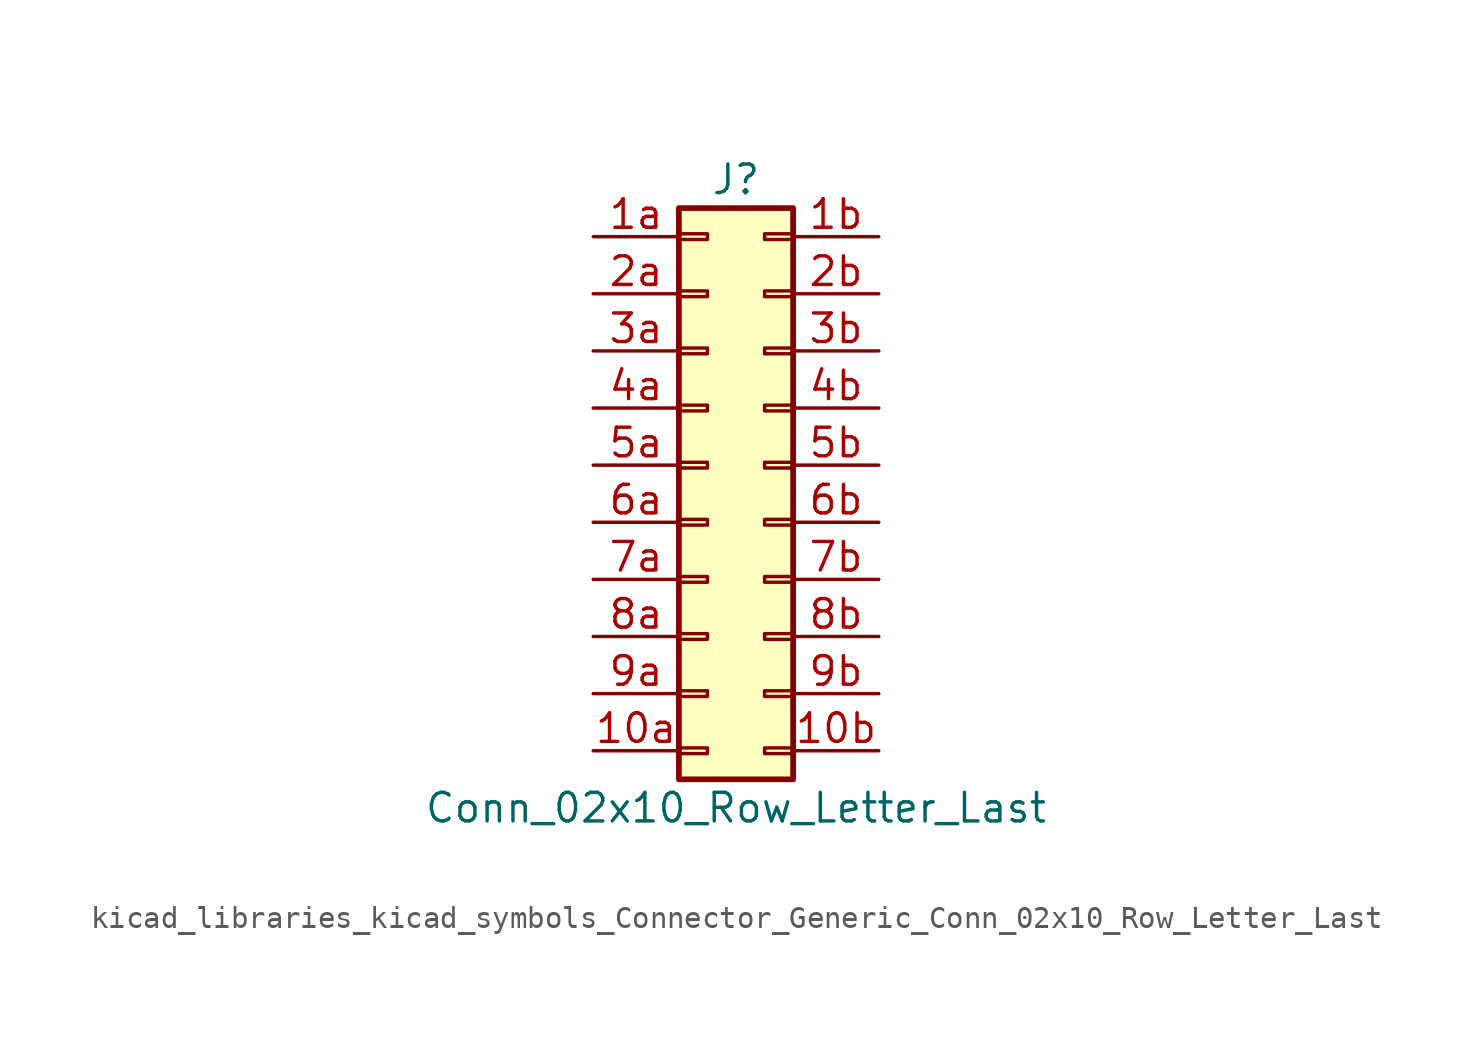
<source format=kicad_sym>
(kicad_symbol_lib
  (version 20220914)
  (generator kicad_symbol_editor)
  (symbol "kicad_libraries_kicad_symbols_Connector_Generic_Conn_02x10_Row_Letter_Last"
    (pin_names
      (offset 1.016) hide)
    (property "Reference" "J"
      (at 1.27 12.7 0)
      (effects (font (size 1.27 1.27))))
    (property "Value" "Conn_02x10_Row_Letter_Last"
      (at 1.27 -15.24 0)
      (effects (font (size 1.27 1.27))))
    (symbol "kicad_libraries_kicad_symbols_Connector_Generic_Conn_02x10_Row_Letter_Last_1_1"
      (rectangle (start -1.27 -12.573) (end 0 -12.827) (stroke (width 0.152) (type default)) (fill (type none)))
      (rectangle (start -1.27 -10.033) (end 0 -10.287) (stroke (width 0.152) (type default)) (fill (type none)))
      (rectangle (start -1.27 -7.493) (end 0 -7.747) (stroke (width 0.152) (type default)) (fill (type none)))
      (rectangle (start -1.27 -4.953) (end 0 -5.207) (stroke (width 0.152) (type default)) (fill (type none)))
      (rectangle (start -1.27 -2.413) (end 0 -2.667) (stroke (width 0.152) (type default)) (fill (type none)))
      (rectangle (start -1.27 0.127) (end 0 -0.127) (stroke (width 0.152) (type default)) (fill (type none)))
      (rectangle (start -1.27 2.667) (end 0 2.413) (stroke (width 0.152) (type default)) (fill (type none)))
      (rectangle (start -1.27 5.207) (end 0 4.953) (stroke (width 0.152) (type default)) (fill (type none)))
      (rectangle (start -1.27 7.747) (end 0 7.493) (stroke (width 0.152) (type default)) (fill (type none)))
      (rectangle (start -1.27 10.287) (end 0 10.033) (stroke (width 0.152) (type default)) (fill (type none)))
      (rectangle (start -1.27 11.43) (end 3.81 -13.97) (stroke (width 0.254) (type default)) (fill (type background)))
      (rectangle (start 3.81 -12.573) (end 2.54 -12.827) (stroke (width 0.152) (type default)) (fill (type none)))
      (rectangle (start 3.81 -10.033) (end 2.54 -10.287) (stroke (width 0.152) (type default)) (fill (type none)))
      (rectangle (start 3.81 -7.493) (end 2.54 -7.747) (stroke (width 0.152) (type default)) (fill (type none)))
      (rectangle (start 3.81 -4.953) (end 2.54 -5.207) (stroke (width 0.152) (type default)) (fill (type none)))
      (rectangle (start 3.81 -2.413) (end 2.54 -2.667) (stroke (width 0.152) (type default)) (fill (type none)))
      (rectangle (start 3.81 0.127) (end 2.54 -0.127) (stroke (width 0.152) (type default)) (fill (type none)))
      (rectangle (start 3.81 2.667) (end 2.54 2.413) (stroke (width 0.152) (type default)) (fill (type none)))
      (rectangle (start 3.81 5.207) (end 2.54 4.953) (stroke (width 0.152) (type default)) (fill (type none)))
      (rectangle (start 3.81 7.747) (end 2.54 7.493) (stroke (width 0.152) (type default)) (fill (type none)))
      (rectangle (start 3.81 10.287) (end 2.54 10.033) (stroke (width 0.152) (type default)) (fill (type none)))
      (pin passive line (at -5.08 -12.7 0) (length 3.81) (name "Pin_10a" (effects (font (size 1.27 1.27)))) (number "10a" (effects (font (size 1.27 1.27)))))
      (pin passive line (at 7.62 -12.7 180) (length 3.81) (name "Pin_10b" (effects (font (size 1.27 1.27)))) (number "10b" (effects (font (size 1.27 1.27)))))
      (pin passive line (at -5.08 10.16 0) (length 3.81) (name "Pin_1a" (effects (font (size 1.27 1.27)))) (number "1a" (effects (font (size 1.27 1.27)))))
      (pin passive line (at 7.62 10.16 180) (length 3.81) (name "Pin_1b" (effects (font (size 1.27 1.27)))) (number "1b" (effects (font (size 1.27 1.27)))))
      (pin passive line (at -5.08 7.62 0) (length 3.81) (name "Pin_2a" (effects (font (size 1.27 1.27)))) (number "2a" (effects (font (size 1.27 1.27)))))
      (pin passive line (at 7.62 7.62 180) (length 3.81) (name "Pin_2b" (effects (font (size 1.27 1.27)))) (number "2b" (effects (font (size 1.27 1.27)))))
      (pin passive line (at -5.08 5.08 0) (length 3.81) (name "Pin_3a" (effects (font (size 1.27 1.27)))) (number "3a" (effects (font (size 1.27 1.27)))))
      (pin passive line (at 7.62 5.08 180) (length 3.81) (name "Pin_3b" (effects (font (size 1.27 1.27)))) (number "3b" (effects (font (size 1.27 1.27)))))
      (pin passive line (at -5.08 2.54 0) (length 3.81) (name "Pin_4a" (effects (font (size 1.27 1.27)))) (number "4a" (effects (font (size 1.27 1.27)))))
      (pin passive line (at 7.62 2.54 180) (length 3.81) (name "Pin_4b" (effects (font (size 1.27 1.27)))) (number "4b" (effects (font (size 1.27 1.27)))))
      (pin passive line (at -5.08 0 0) (length 3.81) (name "Pin_5a" (effects (font (size 1.27 1.27)))) (number "5a" (effects (font (size 1.27 1.27)))))
      (pin passive line (at 7.62 0 180) (length 3.81) (name "Pin_5b" (effects (font (size 1.27 1.27)))) (number "5b" (effects (font (size 1.27 1.27)))))
      (pin passive line (at -5.08 -2.54 0) (length 3.81) (name "Pin_6a" (effects (font (size 1.27 1.27)))) (number "6a" (effects (font (size 1.27 1.27)))))
      (pin passive line (at 7.62 -2.54 180) (length 3.81) (name "Pin_6b" (effects (font (size 1.27 1.27)))) (number "6b" (effects (font (size 1.27 1.27)))))
      (pin passive line (at -5.08 -5.08 0) (length 3.81) (name "Pin_7a" (effects (font (size 1.27 1.27)))) (number "7a" (effects (font (size 1.27 1.27)))))
      (pin passive line (at 7.62 -5.08 180) (length 3.81) (name "Pin_7b" (effects (font (size 1.27 1.27)))) (number "7b" (effects (font (size 1.27 1.27)))))
      (pin passive line (at -5.08 -7.62 0) (length 3.81) (name "Pin_8a" (effects (font (size 1.27 1.27)))) (number "8a" (effects (font (size 1.27 1.27)))))
      (pin passive line (at 7.62 -7.62 180) (length 3.81) (name "Pin_8b" (effects (font (size 1.27 1.27)))) (number "8b" (effects (font (size 1.27 1.27)))))
      (pin passive line (at -5.08 -10.16 0) (length 3.81) (name "Pin_9a" (effects (font (size 1.27 1.27)))) (number "9a" (effects (font (size 1.27 1.27)))))
      (pin passive line (at 7.62 -10.16 180) (length 3.81) (name "Pin_9b" (effects (font (size 1.27 1.27)))) (number "9b" (effects (font (size 1.27 1.27))))))))
</source>
